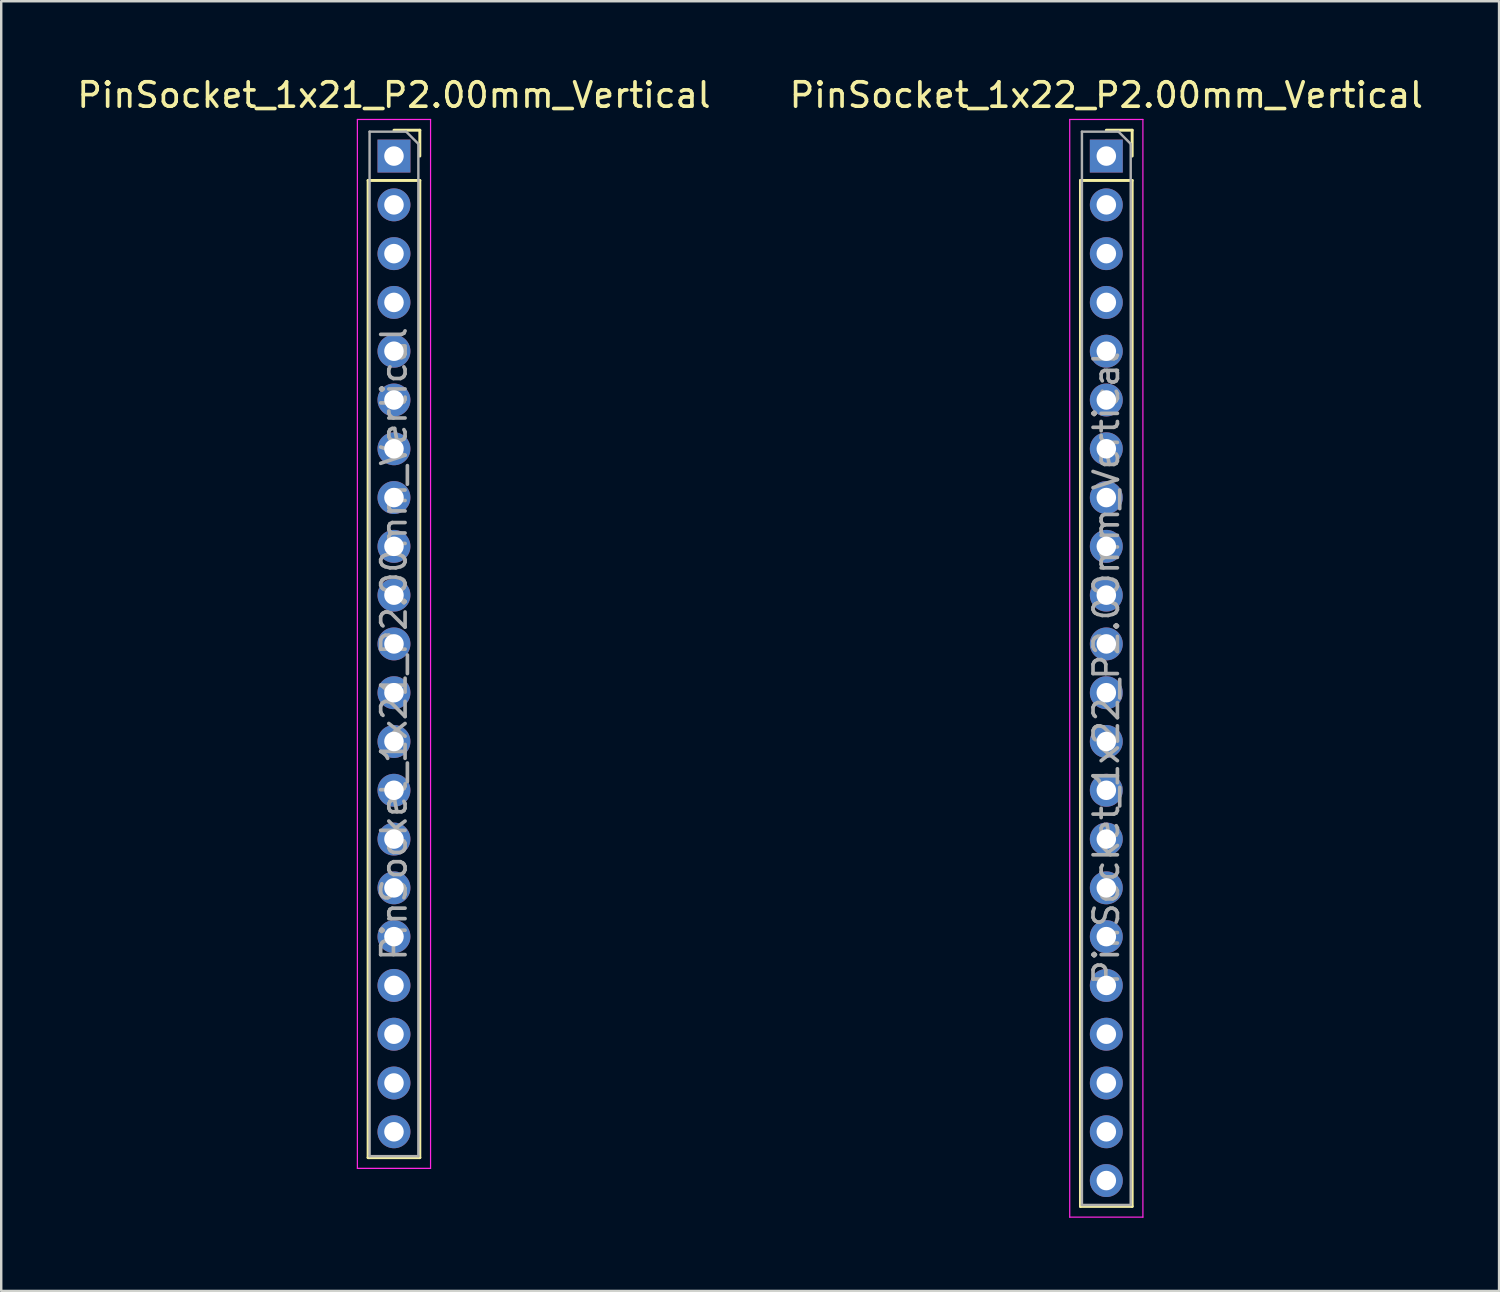
<source format=kicad_pcb>
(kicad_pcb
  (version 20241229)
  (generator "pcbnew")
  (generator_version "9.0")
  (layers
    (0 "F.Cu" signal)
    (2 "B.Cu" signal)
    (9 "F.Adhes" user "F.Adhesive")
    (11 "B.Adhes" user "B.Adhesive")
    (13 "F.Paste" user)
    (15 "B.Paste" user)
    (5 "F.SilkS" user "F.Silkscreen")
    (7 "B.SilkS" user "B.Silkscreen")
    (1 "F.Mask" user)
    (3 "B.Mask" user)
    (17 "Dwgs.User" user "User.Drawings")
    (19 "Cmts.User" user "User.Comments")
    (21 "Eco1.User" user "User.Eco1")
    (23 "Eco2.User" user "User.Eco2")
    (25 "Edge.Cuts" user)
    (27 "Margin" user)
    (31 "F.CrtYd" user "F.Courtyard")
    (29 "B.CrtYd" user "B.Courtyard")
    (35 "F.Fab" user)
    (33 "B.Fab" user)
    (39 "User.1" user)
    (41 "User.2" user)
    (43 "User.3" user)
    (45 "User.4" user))
  (footprint "PinSocket_1x22_P2.00mm_Vertical"
    (layer "F.Cu")
    (at 42.304 3.348)
    (property "Reference" "PinSocket_1x22_P2.00mm_Vertical" (at 0 -2.5 0) (layer "F.SilkS") (effects (font (size 1 1) (thickness 0.15))))
    (attr through_hole)
    (fp_line (start -1.06 1) (end -1.06 43.06) (stroke (width 0.12) (type solid)) (layer "F.SilkS"))
    (fp_line (start -1.06 1) (end 1.06 1) (stroke (width 0.12) (type solid)) (layer "F.SilkS"))
    (fp_line (start -1.06 43.06) (end 1.06 43.06) (stroke (width 0.12) (type solid)) (layer "F.SilkS"))
    (fp_line (start 0 -1.06) (end 1.06 -1.06) (stroke (width 0.12) (type solid)) (layer "F.SilkS"))
    (fp_line (start 1.06 -1.06) (end 1.06 0) (stroke (width 0.12) (type solid)) (layer "F.SilkS"))
    (fp_line (start 1.06 1) (end 1.06 43.06) (stroke (width 0.12) (type solid)) (layer "F.SilkS"))
    (fp_line (start -1.5 -1.5) (end 1.5 -1.5) (stroke (width 0.05) (type solid)) (layer "F.CrtYd"))
    (fp_line (start -1.5 43.5) (end -1.5 -1.5) (stroke (width 0.05) (type solid)) (layer "F.CrtYd"))
    (fp_line (start 1.5 -1.5) (end 1.5 43.5) (stroke (width 0.05) (type solid)) (layer "F.CrtYd"))
    (fp_line (start 1.5 43.5) (end -1.5 43.5) (stroke (width 0.05) (type solid)) (layer "F.CrtYd"))
    (fp_line (start -1 -1) (end 0.5 -1) (stroke (width 0.1) (type solid)) (layer "F.Fab"))
    (fp_line (start -1 43) (end -1 -1) (stroke (width 0.1) (type solid)) (layer "F.Fab"))
    (fp_line (start 0.5 -1) (end 1 -0.5) (stroke (width 0.1) (type solid)) (layer "F.Fab"))
    (fp_line (start 1 -0.5) (end 1 43) (stroke (width 0.1) (type solid)) (layer "F.Fab"))
    (fp_line (start 1 43) (end -1 43) (stroke (width 0.1) (type solid)) (layer "F.Fab"))
    (fp_text user "${REFERENCE}" (at 0 21 90) (layer "F.Fab") (effects (font (size 1 1) (thickness 0.15))))
    (pad "1" thru_hole rect (at 0 0) (size 1.35 1.35) (drill 0.8) (layers "*.Cu" "*.Mask"))
    (pad "2" thru_hole circle (at 0 2) (size 1.35 1.35) (drill 0.8) (layers "*.Cu" "*.Mask"))
    (pad "3" thru_hole circle (at 0 4) (size 1.35 1.35) (drill 0.8) (layers "*.Cu" "*.Mask"))
    (pad "4" thru_hole circle (at 0 6) (size 1.35 1.35) (drill 0.8) (layers "*.Cu" "*.Mask"))
    (pad "5" thru_hole circle (at 0 8) (size 1.35 1.35) (drill 0.8) (layers "*.Cu" "*.Mask"))
    (pad "6" thru_hole circle (at 0 10) (size 1.35 1.35) (drill 0.8) (layers "*.Cu" "*.Mask"))
    (pad "7" thru_hole circle (at 0 12) (size 1.35 1.35) (drill 0.8) (layers "*.Cu" "*.Mask"))
    (pad "8" thru_hole circle (at 0 14) (size 1.35 1.35) (drill 0.8) (layers "*.Cu" "*.Mask"))
    (pad "9" thru_hole circle (at 0 16) (size 1.35 1.35) (drill 0.8) (layers "*.Cu" "*.Mask"))
    (pad "10" thru_hole circle (at 0 18) (size 1.35 1.35) (drill 0.8) (layers "*.Cu" "*.Mask"))
    (pad "11" thru_hole circle (at 0 20) (size 1.35 1.35) (drill 0.8) (layers "*.Cu" "*.Mask"))
    (pad "12" thru_hole circle (at 0 22) (size 1.35 1.35) (drill 0.8) (layers "*.Cu" "*.Mask"))
    (pad "13" thru_hole circle (at 0 24) (size 1.35 1.35) (drill 0.8) (layers "*.Cu" "*.Mask"))
    (pad "14" thru_hole circle (at 0 26) (size 1.35 1.35) (drill 0.8) (layers "*.Cu" "*.Mask"))
    (pad "15" thru_hole circle (at 0 28) (size 1.35 1.35) (drill 0.8) (layers "*.Cu" "*.Mask"))
    (pad "16" thru_hole circle (at 0 30) (size 1.35 1.35) (drill 0.8) (layers "*.Cu" "*.Mask"))
    (pad "17" thru_hole circle (at 0 32) (size 1.35 1.35) (drill 0.8) (layers "*.Cu" "*.Mask"))
    (pad "18" thru_hole circle (at 0 34) (size 1.35 1.35) (drill 0.8) (layers "*.Cu" "*.Mask"))
    (pad "19" thru_hole circle (at 0 36) (size 1.35 1.35) (drill 0.8) (layers "*.Cu" "*.Mask"))
    (pad "20" thru_hole circle (at 0 38) (size 1.35 1.35) (drill 0.8) (layers "*.Cu" "*.Mask"))
    (pad "21" thru_hole circle (at 0 40) (size 1.35 1.35) (drill 0.8) (layers "*.Cu" "*.Mask"))
    (pad "22" thru_hole circle (at 0 42) (size 1.35 1.35) (drill 0.8) (layers "*.Cu" "*.Mask")))
  (footprint "PinSocket_1x21_P2.00mm_Vertical"
    (layer "F.Cu")
    (at 13.101 3.348)
    (property "Reference" "PinSocket_1x21_P2.00mm_Vertical" (at 0 -2.5 0) (layer "F.SilkS") (effects (font (size 1 1) (thickness 0.15))))
    (attr through_hole)
    (fp_line (start -1.06 1) (end -1.06 41.06) (stroke (width 0.12) (type solid)) (layer "F.SilkS"))
    (fp_line (start -1.06 1) (end 1.06 1) (stroke (width 0.12) (type solid)) (layer "F.SilkS"))
    (fp_line (start -1.06 41.06) (end 1.06 41.06) (stroke (width 0.12) (type solid)) (layer "F.SilkS"))
    (fp_line (start 0 -1.06) (end 1.06 -1.06) (stroke (width 0.12) (type solid)) (layer "F.SilkS"))
    (fp_line (start 1.06 -1.06) (end 1.06 0) (stroke (width 0.12) (type solid)) (layer "F.SilkS"))
    (fp_line (start 1.06 1) (end 1.06 41.06) (stroke (width 0.12) (type solid)) (layer "F.SilkS"))
    (fp_line (start -1.5 -1.5) (end 1.5 -1.5) (stroke (width 0.05) (type solid)) (layer "F.CrtYd"))
    (fp_line (start -1.5 41.5) (end -1.5 -1.5) (stroke (width 0.05) (type solid)) (layer "F.CrtYd"))
    (fp_line (start 1.5 -1.5) (end 1.5 41.5) (stroke (width 0.05) (type solid)) (layer "F.CrtYd"))
    (fp_line (start 1.5 41.5) (end -1.5 41.5) (stroke (width 0.05) (type solid)) (layer "F.CrtYd"))
    (fp_line (start -1 -1) (end 0.5 -1) (stroke (width 0.1) (type solid)) (layer "F.Fab"))
    (fp_line (start -1 41) (end -1 -1) (stroke (width 0.1) (type solid)) (layer "F.Fab"))
    (fp_line (start 0.5 -1) (end 1 -0.5) (stroke (width 0.1) (type solid)) (layer "F.Fab"))
    (fp_line (start 1 -0.5) (end 1 41) (stroke (width 0.1) (type solid)) (layer "F.Fab"))
    (fp_line (start 1 41) (end -1 41) (stroke (width 0.1) (type solid)) (layer "F.Fab"))
    (fp_text user "${REFERENCE}" (at 0 20 90) (layer "F.Fab") (effects (font (size 1 1) (thickness 0.15))))
    (pad "1" thru_hole rect (at 0 0) (size 1.35 1.35) (drill 0.8) (layers "*.Cu" "*.Mask"))
    (pad "2" thru_hole circle (at 0 2) (size 1.35 1.35) (drill 0.8) (layers "*.Cu" "*.Mask"))
    (pad "3" thru_hole circle (at 0 4) (size 1.35 1.35) (drill 0.8) (layers "*.Cu" "*.Mask"))
    (pad "4" thru_hole circle (at 0 6) (size 1.35 1.35) (drill 0.8) (layers "*.Cu" "*.Mask"))
    (pad "5" thru_hole circle (at 0 8) (size 1.35 1.35) (drill 0.8) (layers "*.Cu" "*.Mask"))
    (pad "6" thru_hole circle (at 0 10) (size 1.35 1.35) (drill 0.8) (layers "*.Cu" "*.Mask"))
    (pad "7" thru_hole circle (at 0 12) (size 1.35 1.35) (drill 0.8) (layers "*.Cu" "*.Mask"))
    (pad "8" thru_hole circle (at 0 14) (size 1.35 1.35) (drill 0.8) (layers "*.Cu" "*.Mask"))
    (pad "9" thru_hole circle (at 0 16) (size 1.35 1.35) (drill 0.8) (layers "*.Cu" "*.Mask"))
    (pad "10" thru_hole circle (at 0 18) (size 1.35 1.35) (drill 0.8) (layers "*.Cu" "*.Mask"))
    (pad "11" thru_hole circle (at 0 20) (size 1.35 1.35) (drill 0.8) (layers "*.Cu" "*.Mask"))
    (pad "12" thru_hole circle (at 0 22) (size 1.35 1.35) (drill 0.8) (layers "*.Cu" "*.Mask"))
    (pad "13" thru_hole circle (at 0 24) (size 1.35 1.35) (drill 0.8) (layers "*.Cu" "*.Mask"))
    (pad "14" thru_hole circle (at 0 26) (size 1.35 1.35) (drill 0.8) (layers "*.Cu" "*.Mask"))
    (pad "15" thru_hole circle (at 0 28) (size 1.35 1.35) (drill 0.8) (layers "*.Cu" "*.Mask"))
    (pad "16" thru_hole circle (at 0 30) (size 1.35 1.35) (drill 0.8) (layers "*.Cu" "*.Mask"))
    (pad "17" thru_hole circle (at 0 32) (size 1.35 1.35) (drill 0.8) (layers "*.Cu" "*.Mask"))
    (pad "18" thru_hole circle (at 0 34) (size 1.35 1.35) (drill 0.8) (layers "*.Cu" "*.Mask"))
    (pad "19" thru_hole circle (at 0 36) (size 1.35 1.35) (drill 0.8) (layers "*.Cu" "*.Mask"))
    (pad "20" thru_hole circle (at 0 38) (size 1.35 1.35) (drill 0.8) (layers "*.Cu" "*.Mask"))
    (pad "21" thru_hole circle (at 0 40) (size 1.35 1.35) (drill 0.8) (layers "*.Cu" "*.Mask")))
  (gr_rect
    (start -3 -3)
    (end 58.405 49.873)
    (stroke (width 0.1) (type default))
    (fill no)
    (layer "Edge.Cuts")))
</source>
